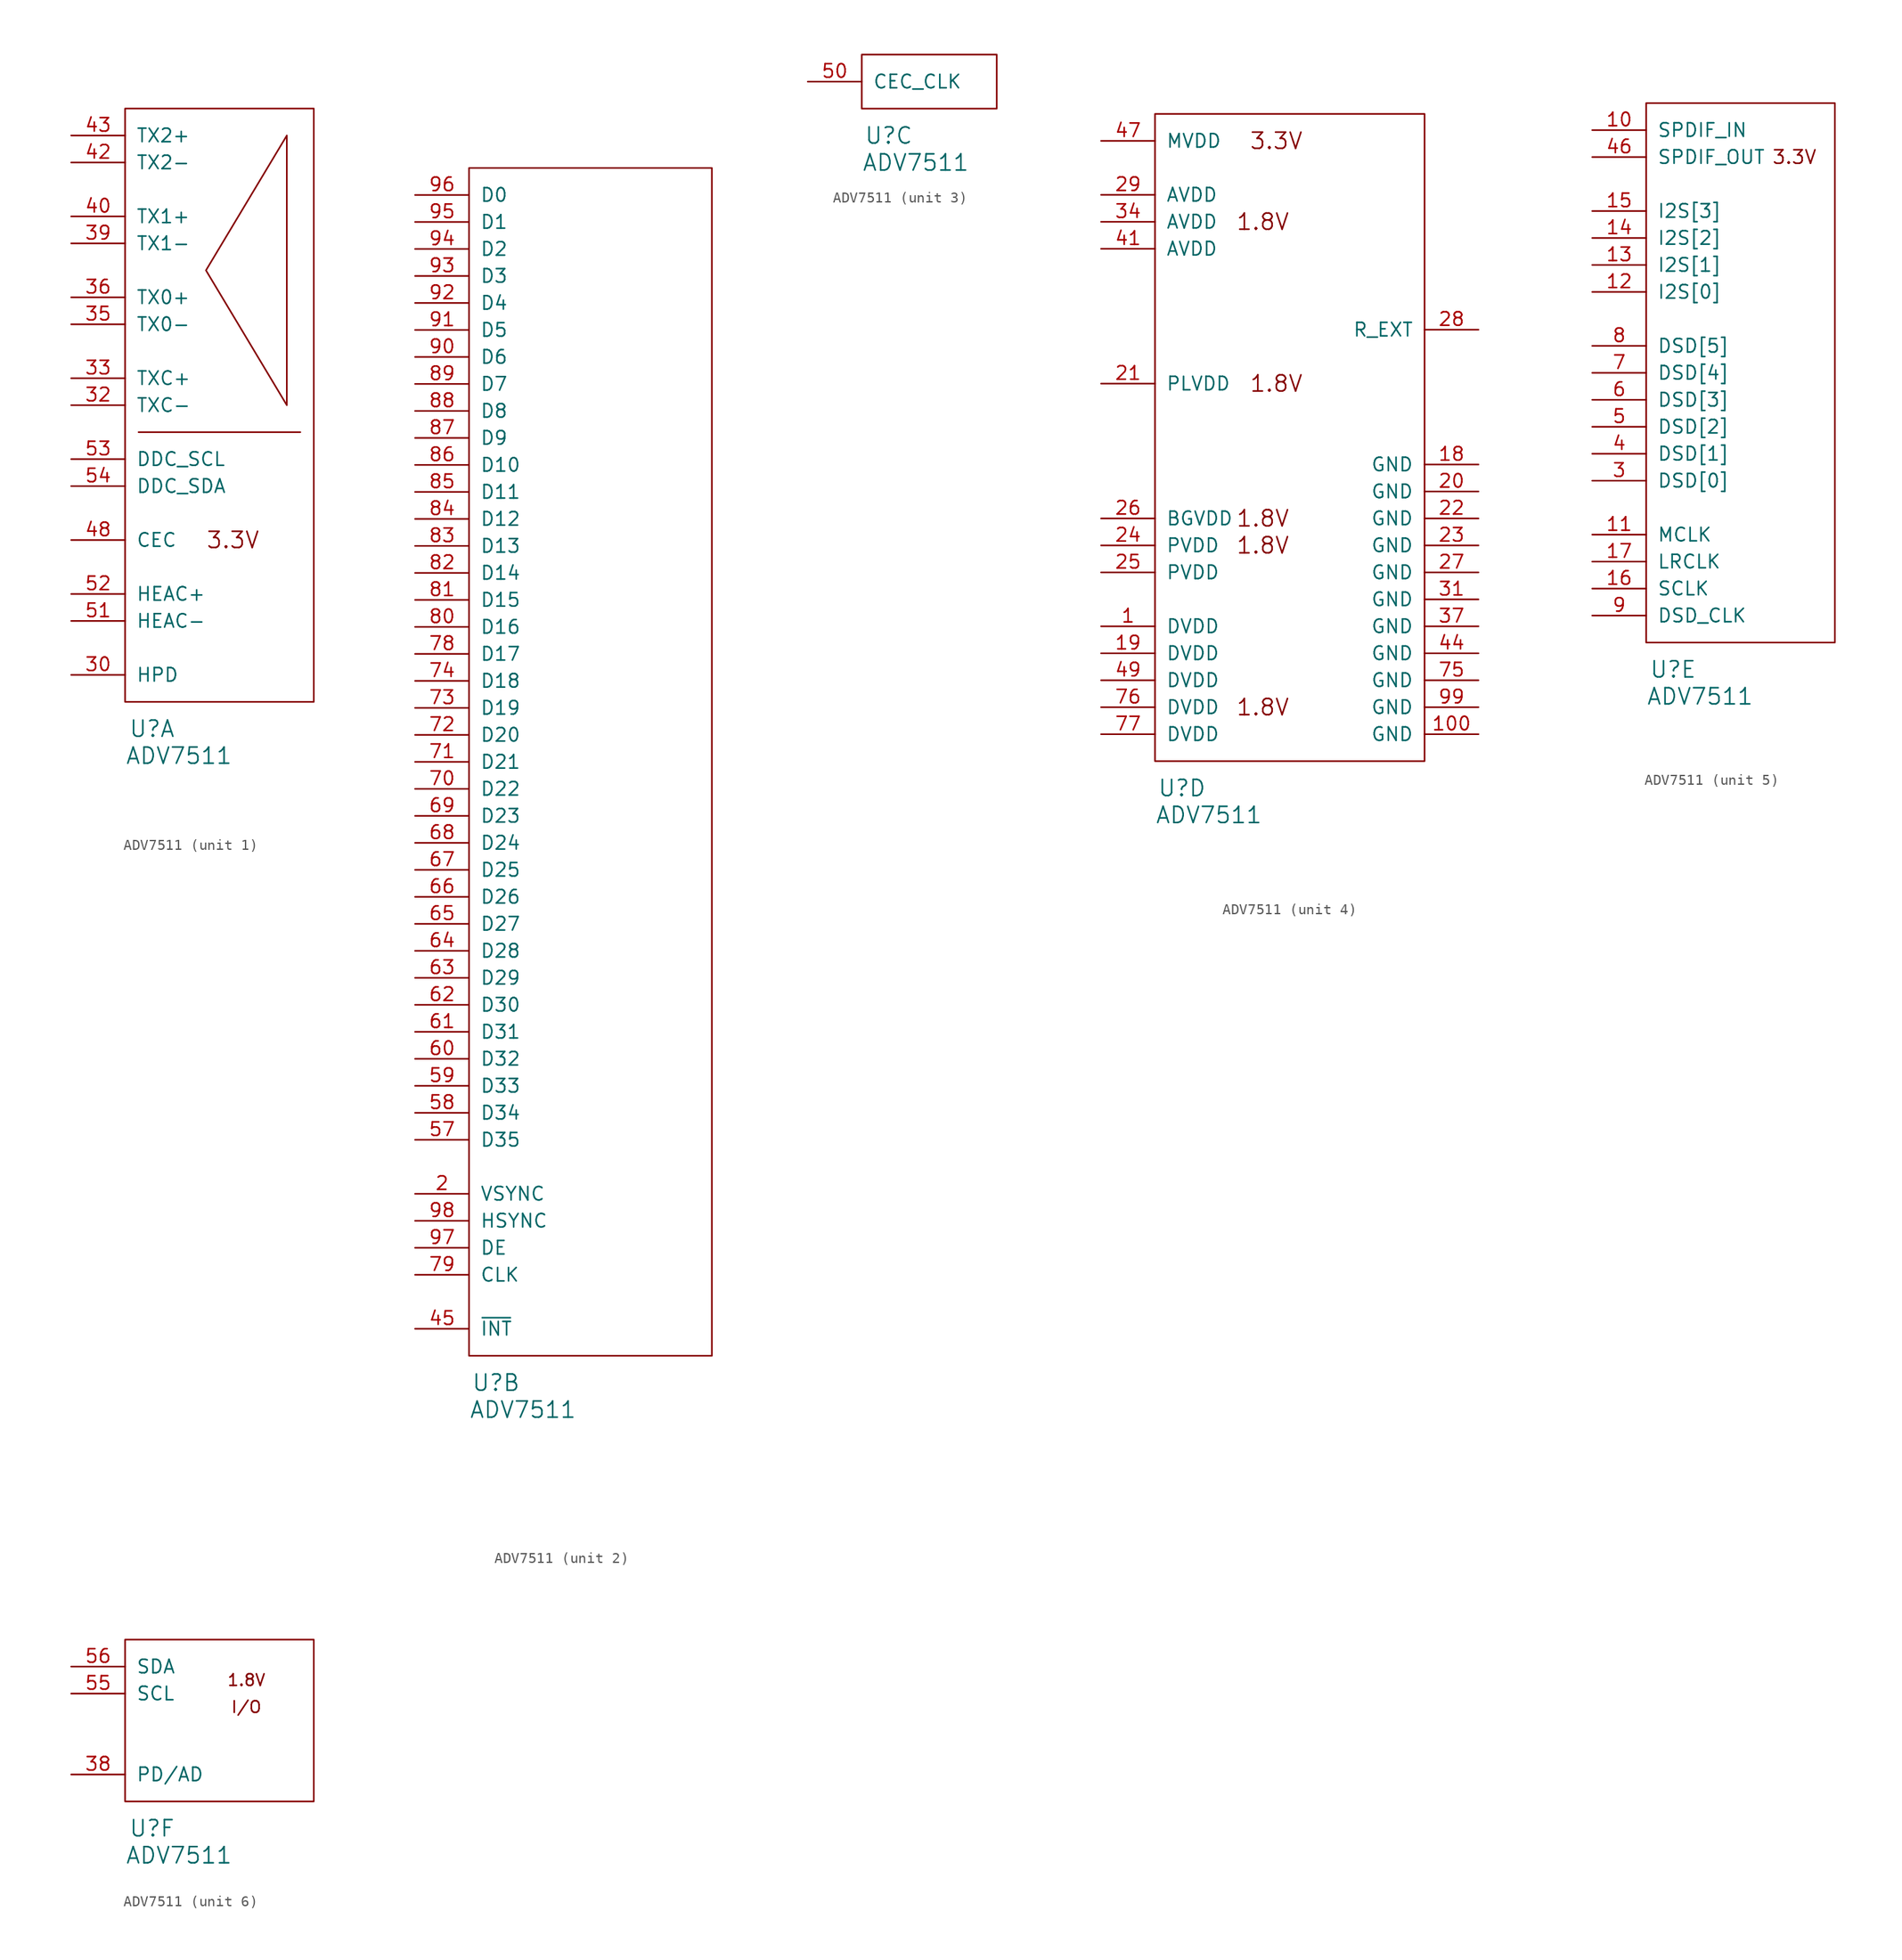
<source format=kicad_sym>
(kicad_symbol_lib
  (version 20220914)
  (generator kicad_symbol_editor)
  (symbol "ADV7511"
    (pin_names
      (offset 1.016))
    (property "Reference" "U"
      (at 2.54 -2.54 0)
      (effects (font (size 1.524 1.524))))
    (property "Value" "ADV7511"
      (at 5.08 -5.08 0)
      (effects (font (size 1.524 1.524))))
    (property "Datasheet" ""
      (at 2.54 -2.54 0)
      (effects (font (size 1.524 1.524))))
    (property "ki_locked" ""
      (at 0 0 0)
      (effects (font (size 1.27 1.27))))
    (symbol "ADV7511_1_0"
      (polyline (pts (xy 1.27 25.4) (xy 16.51 25.4)) (stroke (width 0) (type solid)) (fill (type none)))
      (text "3.3V" (at 10.16 15.24 0) (effects (font (size 1.524 1.524)))))
    (symbol "ADV7511_1_1"
      (polyline (pts (xy 15.24 53.34) (xy 15.24 27.94) (xy 7.62 40.64) (xy 15.24 53.34)) (stroke (width 0) (type solid)) (fill (type none)))
      (rectangle (start 0 0) (end 17.78 55.88) (stroke (width 0) (type solid)) (fill (type none)))
      (pin input line (at -5.08 2.54 0) (length 5.08) (name "HPD" (effects (font (size 1.27 1.27)))) (number "30" (effects (font (size 1.27 1.27)))))
      (pin output line (at -5.08 27.94 0) (length 5.08) (name "TXC-" (effects (font (size 1.27 1.27)))) (number "32" (effects (font (size 1.27 1.27)))))
      (pin output line (at -5.08 30.48 0) (length 5.08) (name "TXC+" (effects (font (size 1.27 1.27)))) (number "33" (effects (font (size 1.27 1.27)))))
      (pin output line (at -5.08 35.56 0) (length 5.08) (name "TX0-" (effects (font (size 1.27 1.27)))) (number "35" (effects (font (size 1.27 1.27)))))
      (pin output line (at -5.08 38.1 0) (length 5.08) (name "TX0+" (effects (font (size 1.27 1.27)))) (number "36" (effects (font (size 1.27 1.27)))))
      (pin output line (at -5.08 43.18 0) (length 5.08) (name "TX1-" (effects (font (size 1.27 1.27)))) (number "39" (effects (font (size 1.27 1.27)))))
      (pin output line (at -5.08 45.72 0) (length 5.08) (name "TX1+" (effects (font (size 1.27 1.27)))) (number "40" (effects (font (size 1.27 1.27)))))
      (pin output line (at -5.08 50.8 0) (length 5.08) (name "TX2-" (effects (font (size 1.27 1.27)))) (number "42" (effects (font (size 1.27 1.27)))))
      (pin output line (at -5.08 53.34 0) (length 5.08) (name "TX2+" (effects (font (size 1.27 1.27)))) (number "43" (effects (font (size 1.27 1.27)))))
      (pin output line (at -5.08 15.24 0) (length 5.08) (name "CEC" (effects (font (size 1.27 1.27)))) (number "48" (effects (font (size 1.27 1.27)))))
      (pin input line (at -5.08 7.62 0) (length 5.08) (name "HEAC-" (effects (font (size 1.27 1.27)))) (number "51" (effects (font (size 1.27 1.27)))))
      (pin input line (at -5.08 10.16 0) (length 5.08) (name "HEAC+" (effects (font (size 1.27 1.27)))) (number "52" (effects (font (size 1.27 1.27)))))
      (pin output line (at -5.08 22.86 0) (length 5.08) (name "DDC_SCL" (effects (font (size 1.27 1.27)))) (number "53" (effects (font (size 1.27 1.27)))))
      (pin bidirectional line (at -5.08 20.32 0) (length 5.08) (name "DDC_SDA" (effects (font (size 1.27 1.27)))) (number "54" (effects (font (size 1.27 1.27))))))
    (symbol "ADV7511_2_1"
      (rectangle (start 0 0) (end 22.86 111.76) (stroke (width 0) (type solid)) (fill (type none)))
      (pin input line (at -5.08 15.24 0) (length 5.08) (name "VSYNC" (effects (font (size 1.27 1.27)))) (number "2" (effects (font (size 1.27 1.27)))))
      (pin input line (at -5.08 2.54 0) (length 5.08) (name "~{INT}" (effects (font (size 1.27 1.27)))) (number "45" (effects (font (size 1.27 1.27)))))
      (pin input line (at -5.08 20.32 0) (length 5.08) (name "D35" (effects (font (size 1.27 1.27)))) (number "57" (effects (font (size 1.27 1.27)))))
      (pin input line (at -5.08 22.86 0) (length 5.08) (name "D34" (effects (font (size 1.27 1.27)))) (number "58" (effects (font (size 1.27 1.27)))))
      (pin input line (at -5.08 25.4 0) (length 5.08) (name "D33" (effects (font (size 1.27 1.27)))) (number "59" (effects (font (size 1.27 1.27)))))
      (pin input line (at -5.08 27.94 0) (length 5.08) (name "D32" (effects (font (size 1.27 1.27)))) (number "60" (effects (font (size 1.27 1.27)))))
      (pin input line (at -5.08 30.48 0) (length 5.08) (name "D31" (effects (font (size 1.27 1.27)))) (number "61" (effects (font (size 1.27 1.27)))))
      (pin input line (at -5.08 33.02 0) (length 5.08) (name "D30" (effects (font (size 1.27 1.27)))) (number "62" (effects (font (size 1.27 1.27)))))
      (pin input line (at -5.08 35.56 0) (length 5.08) (name "D29" (effects (font (size 1.27 1.27)))) (number "63" (effects (font (size 1.27 1.27)))))
      (pin input line (at -5.08 38.1 0) (length 5.08) (name "D28" (effects (font (size 1.27 1.27)))) (number "64" (effects (font (size 1.27 1.27)))))
      (pin input line (at -5.08 40.64 0) (length 5.08) (name "D27" (effects (font (size 1.27 1.27)))) (number "65" (effects (font (size 1.27 1.27)))))
      (pin input line (at -5.08 43.18 0) (length 5.08) (name "D26" (effects (font (size 1.27 1.27)))) (number "66" (effects (font (size 1.27 1.27)))))
      (pin input line (at -5.08 45.72 0) (length 5.08) (name "D25" (effects (font (size 1.27 1.27)))) (number "67" (effects (font (size 1.27 1.27)))))
      (pin input line (at -5.08 48.26 0) (length 5.08) (name "D24" (effects (font (size 1.27 1.27)))) (number "68" (effects (font (size 1.27 1.27)))))
      (pin input line (at -5.08 50.8 0) (length 5.08) (name "D23" (effects (font (size 1.27 1.27)))) (number "69" (effects (font (size 1.27 1.27)))))
      (pin input line (at -5.08 53.34 0) (length 5.08) (name "D22" (effects (font (size 1.27 1.27)))) (number "70" (effects (font (size 1.27 1.27)))))
      (pin input line (at -5.08 55.88 0) (length 5.08) (name "D21" (effects (font (size 1.27 1.27)))) (number "71" (effects (font (size 1.27 1.27)))))
      (pin input line (at -5.08 58.42 0) (length 5.08) (name "D20" (effects (font (size 1.27 1.27)))) (number "72" (effects (font (size 1.27 1.27)))))
      (pin input line (at -5.08 60.96 0) (length 5.08) (name "D19" (effects (font (size 1.27 1.27)))) (number "73" (effects (font (size 1.27 1.27)))))
      (pin input line (at -5.08 63.5 0) (length 5.08) (name "D18" (effects (font (size 1.27 1.27)))) (number "74" (effects (font (size 1.27 1.27)))))
      (pin input line (at -5.08 66.04 0) (length 5.08) (name "D17" (effects (font (size 1.27 1.27)))) (number "78" (effects (font (size 1.27 1.27)))))
      (pin input line (at -5.08 7.62 0) (length 5.08) (name "CLK" (effects (font (size 1.27 1.27)))) (number "79" (effects (font (size 1.27 1.27)))))
      (pin input line (at -5.08 68.58 0) (length 5.08) (name "D16" (effects (font (size 1.27 1.27)))) (number "80" (effects (font (size 1.27 1.27)))))
      (pin input line (at -5.08 71.12 0) (length 5.08) (name "D15" (effects (font (size 1.27 1.27)))) (number "81" (effects (font (size 1.27 1.27)))))
      (pin input line (at -5.08 73.66 0) (length 5.08) (name "D14" (effects (font (size 1.27 1.27)))) (number "82" (effects (font (size 1.27 1.27)))))
      (pin input line (at -5.08 76.2 0) (length 5.08) (name "D13" (effects (font (size 1.27 1.27)))) (number "83" (effects (font (size 1.27 1.27)))))
      (pin input line (at -5.08 78.74 0) (length 5.08) (name "D12" (effects (font (size 1.27 1.27)))) (number "84" (effects (font (size 1.27 1.27)))))
      (pin input line (at -5.08 81.28 0) (length 5.08) (name "D11" (effects (font (size 1.27 1.27)))) (number "85" (effects (font (size 1.27 1.27)))))
      (pin input line (at -5.08 83.82 0) (length 5.08) (name "D10" (effects (font (size 1.27 1.27)))) (number "86" (effects (font (size 1.27 1.27)))))
      (pin input line (at -5.08 86.36 0) (length 5.08) (name "D9" (effects (font (size 1.27 1.27)))) (number "87" (effects (font (size 1.27 1.27)))))
      (pin input line (at -5.08 88.9 0) (length 5.08) (name "D8" (effects (font (size 1.27 1.27)))) (number "88" (effects (font (size 1.27 1.27)))))
      (pin input line (at -5.08 91.44 0) (length 5.08) (name "D7" (effects (font (size 1.27 1.27)))) (number "89" (effects (font (size 1.27 1.27)))))
      (pin input line (at -5.08 93.98 0) (length 5.08) (name "D6" (effects (font (size 1.27 1.27)))) (number "90" (effects (font (size 1.27 1.27)))))
      (pin input line (at -5.08 96.52 0) (length 5.08) (name "D5" (effects (font (size 1.27 1.27)))) (number "91" (effects (font (size 1.27 1.27)))))
      (pin input line (at -5.08 99.06 0) (length 5.08) (name "D4" (effects (font (size 1.27 1.27)))) (number "92" (effects (font (size 1.27 1.27)))))
      (pin input line (at -5.08 101.6 0) (length 5.08) (name "D3" (effects (font (size 1.27 1.27)))) (number "93" (effects (font (size 1.27 1.27)))))
      (pin input line (at -5.08 104.14 0) (length 5.08) (name "D2" (effects (font (size 1.27 1.27)))) (number "94" (effects (font (size 1.27 1.27)))))
      (pin input line (at -5.08 106.68 0) (length 5.08) (name "D1" (effects (font (size 1.27 1.27)))) (number "95" (effects (font (size 1.27 1.27)))))
      (pin input line (at -5.08 109.22 0) (length 5.08) (name "D0" (effects (font (size 1.27 1.27)))) (number "96" (effects (font (size 1.27 1.27)))))
      (pin input line (at -5.08 10.16 0) (length 5.08) (name "DE" (effects (font (size 1.27 1.27)))) (number "97" (effects (font (size 1.27 1.27)))))
      (pin input line (at -5.08 12.7 0) (length 5.08) (name "HSYNC" (effects (font (size 1.27 1.27)))) (number "98" (effects (font (size 1.27 1.27))))))
    (symbol "ADV7511_3_1"
      (rectangle (start 0 0) (end 12.7 5.08) (stroke (width 0) (type solid)) (fill (type none)))
      (pin input line (at -5.08 2.54 0) (length 5.08) (name "CEC_CLK" (effects (font (size 1.27 1.27)))) (number "50" (effects (font (size 1.27 1.27))))))
    (symbol "ADV7511_4_0"
      (text "1.8V" (at 10.16 5.08 0) (effects (font (size 1.524 1.524))))
      (text "1.8V" (at 10.16 20.32 0) (effects (font (size 1.524 1.524))))
      (text "1.8V" (at 10.16 22.86 0) (effects (font (size 1.524 1.524))))
      (text "1.8V" (at 10.16 50.8 0) (effects (font (size 1.524 1.524))))
      (text "1.8V" (at 11.43 35.56 0) (effects (font (size 1.524 1.524))))
      (text "3.3V" (at 11.43 58.42 0) (effects (font (size 1.524 1.524)))))
    (symbol "ADV7511_4_1"
      (rectangle (start 0 0) (end 25.4 60.96) (stroke (width 0) (type solid)) (fill (type none)))
      (pin power_in line (at -5.08 12.7 0) (length 5.08) (name "DVDD" (effects (font (size 1.27 1.27)))) (number "1" (effects (font (size 1.27 1.27)))))
      (pin power_in line (at 30.48 2.54 180) (length 5.08) (name "GND" (effects (font (size 1.27 1.27)))) (number "100" (effects (font (size 1.27 1.27)))))
      (pin power_in line (at 30.48 27.94 180) (length 5.08) (name "GND" (effects (font (size 1.27 1.27)))) (number "18" (effects (font (size 1.27 1.27)))))
      (pin input line (at -5.08 10.16 0) (length 5.08) (name "DVDD" (effects (font (size 1.27 1.27)))) (number "19" (effects (font (size 1.27 1.27)))))
      (pin power_in line (at 30.48 25.4 180) (length 5.08) (name "GND" (effects (font (size 1.27 1.27)))) (number "20" (effects (font (size 1.27 1.27)))))
      (pin power_in line (at -5.08 35.56 0) (length 5.08) (name "PLVDD" (effects (font (size 1.27 1.27)))) (number "21" (effects (font (size 1.27 1.27)))))
      (pin power_in line (at 30.48 22.86 180) (length 5.08) (name "GND" (effects (font (size 1.27 1.27)))) (number "22" (effects (font (size 1.27 1.27)))))
      (pin power_in line (at 30.48 20.32 180) (length 5.08) (name "GND" (effects (font (size 1.27 1.27)))) (number "23" (effects (font (size 1.27 1.27)))))
      (pin power_in line (at -5.08 20.32 0) (length 5.08) (name "PVDD" (effects (font (size 1.27 1.27)))) (number "24" (effects (font (size 1.27 1.27)))))
      (pin power_in line (at -5.08 17.78 0) (length 5.08) (name "PVDD" (effects (font (size 1.27 1.27)))) (number "25" (effects (font (size 1.27 1.27)))))
      (pin power_in line (at -5.08 22.86 0) (length 5.08) (name "BGVDD" (effects (font (size 1.27 1.27)))) (number "26" (effects (font (size 1.27 1.27)))))
      (pin power_in line (at 30.48 17.78 180) (length 5.08) (name "GND" (effects (font (size 1.27 1.27)))) (number "27" (effects (font (size 1.27 1.27)))))
      (pin input line (at 30.48 40.64 180) (length 5.08) (name "R_EXT" (effects (font (size 1.27 1.27)))) (number "28" (effects (font (size 1.27 1.27)))))
      (pin power_in line (at -5.08 53.34 0) (length 5.08) (name "AVDD" (effects (font (size 1.27 1.27)))) (number "29" (effects (font (size 1.27 1.27)))))
      (pin power_in line (at 30.48 15.24 180) (length 5.08) (name "GND" (effects (font (size 1.27 1.27)))) (number "31" (effects (font (size 1.27 1.27)))))
      (pin power_in line (at -5.08 50.8 0) (length 5.08) (name "AVDD" (effects (font (size 1.27 1.27)))) (number "34" (effects (font (size 1.27 1.27)))))
      (pin power_in line (at 30.48 12.7 180) (length 5.08) (name "GND" (effects (font (size 1.27 1.27)))) (number "37" (effects (font (size 1.27 1.27)))))
      (pin power_in line (at -5.08 48.26 0) (length 5.08) (name "AVDD" (effects (font (size 1.27 1.27)))) (number "41" (effects (font (size 1.27 1.27)))))
      (pin power_in line (at 30.48 10.16 180) (length 5.08) (name "GND" (effects (font (size 1.27 1.27)))) (number "44" (effects (font (size 1.27 1.27)))))
      (pin power_in line (at -5.08 58.42 0) (length 5.08) (name "MVDD" (effects (font (size 1.27 1.27)))) (number "47" (effects (font (size 1.27 1.27)))))
      (pin power_in line (at -5.08 7.62 0) (length 5.08) (name "DVDD" (effects (font (size 1.27 1.27)))) (number "49" (effects (font (size 1.27 1.27)))))
      (pin power_in line (at 30.48 7.62 180) (length 5.08) (name "GND" (effects (font (size 1.27 1.27)))) (number "75" (effects (font (size 1.27 1.27)))))
      (pin power_in line (at -5.08 5.08 0) (length 5.08) (name "DVDD" (effects (font (size 1.27 1.27)))) (number "76" (effects (font (size 1.27 1.27)))))
      (pin power_in line (at -5.08 2.54 0) (length 5.08) (name "DVDD" (effects (font (size 1.27 1.27)))) (number "77" (effects (font (size 1.27 1.27)))))
      (pin power_in line (at 30.48 5.08 180) (length 5.08) (name "GND" (effects (font (size 1.27 1.27)))) (number "99" (effects (font (size 1.27 1.27))))))
    (symbol "ADV7511_5_0"
      (text "3.3V" (at 13.97 45.72 0) (effects (font (size 1.27 1.27)))))
    (symbol "ADV7511_5_1"
      (rectangle (start 0 0) (end 17.78 50.8) (stroke (width 0) (type solid)) (fill (type none)))
      (pin input line (at -5.08 48.26 0) (length 5.08) (name "SPDIF_IN" (effects (font (size 1.27 1.27)))) (number "10" (effects (font (size 1.27 1.27)))))
      (pin input line (at -5.08 10.16 0) (length 5.08) (name "MCLK" (effects (font (size 1.27 1.27)))) (number "11" (effects (font (size 1.27 1.27)))))
      (pin input line (at -5.08 33.02 0) (length 5.08) (name "I2S[0]" (effects (font (size 1.27 1.27)))) (number "12" (effects (font (size 1.27 1.27)))))
      (pin input line (at -5.08 35.56 0) (length 5.08) (name "I2S[1]" (effects (font (size 1.27 1.27)))) (number "13" (effects (font (size 1.27 1.27)))))
      (pin input line (at -5.08 38.1 0) (length 5.08) (name "I2S[2]" (effects (font (size 1.27 1.27)))) (number "14" (effects (font (size 1.27 1.27)))))
      (pin input line (at -5.08 40.64 0) (length 5.08) (name "I2S[3]" (effects (font (size 1.27 1.27)))) (number "15" (effects (font (size 1.27 1.27)))))
      (pin input line (at -5.08 5.08 0) (length 5.08) (name "SCLK" (effects (font (size 1.27 1.27)))) (number "16" (effects (font (size 1.27 1.27)))))
      (pin input line (at -5.08 7.62 0) (length 5.08) (name "LRCLK" (effects (font (size 1.27 1.27)))) (number "17" (effects (font (size 1.27 1.27)))))
      (pin input line (at -5.08 15.24 0) (length 5.08) (name "DSD[0]" (effects (font (size 1.27 1.27)))) (number "3" (effects (font (size 1.27 1.27)))))
      (pin input line (at -5.08 17.78 0) (length 5.08) (name "DSD[1]" (effects (font (size 1.27 1.27)))) (number "4" (effects (font (size 1.27 1.27)))))
      (pin output line (at -5.08 45.72 0) (length 5.08) (name "SPDIF_OUT" (effects (font (size 1.27 1.27)))) (number "46" (effects (font (size 1.27 1.27)))))
      (pin input line (at -5.08 20.32 0) (length 5.08) (name "DSD[2]" (effects (font (size 1.27 1.27)))) (number "5" (effects (font (size 1.27 1.27)))))
      (pin input line (at -5.08 22.86 0) (length 5.08) (name "DSD[3]" (effects (font (size 1.27 1.27)))) (number "6" (effects (font (size 1.27 1.27)))))
      (pin input line (at -5.08 25.4 0) (length 5.08) (name "DSD[4]" (effects (font (size 1.27 1.27)))) (number "7" (effects (font (size 1.27 1.27)))))
      (pin input line (at -5.08 27.94 0) (length 5.08) (name "DSD[5]" (effects (font (size 1.27 1.27)))) (number "8" (effects (font (size 1.27 1.27)))))
      (pin input line (at -5.08 2.54 0) (length 5.08) (name "DSD_CLK" (effects (font (size 1.27 1.27)))) (number "9" (effects (font (size 1.27 1.27))))))
    (symbol "ADV7511_6_0"
      (text "1.8V" (at 11.43 11.43 0) (effects (font (size 1.092 1.092))))
      (text "I/O" (at 11.43 8.89 0) (effects (font (size 1.092 1.092)))))
    (symbol "ADV7511_6_1"
      (rectangle (start 0 0) (end 17.78 15.24) (stroke (width 0) (type solid)) (fill (type none)))
      (pin input line (at -5.08 2.54 0) (length 5.08) (name "PD/AD" (effects (font (size 1.27 1.27)))) (number "38" (effects (font (size 1.27 1.27)))))
      (pin input line (at -5.08 10.16 0) (length 5.08) (name "SCL" (effects (font (size 1.27 1.27)))) (number "55" (effects (font (size 1.27 1.27)))))
      (pin bidirectional line (at -5.08 12.7 0) (length 5.08) (name "SDA" (effects (font (size 1.27 1.27)))) (number "56" (effects (font (size 1.27 1.27))))))))
</source>
